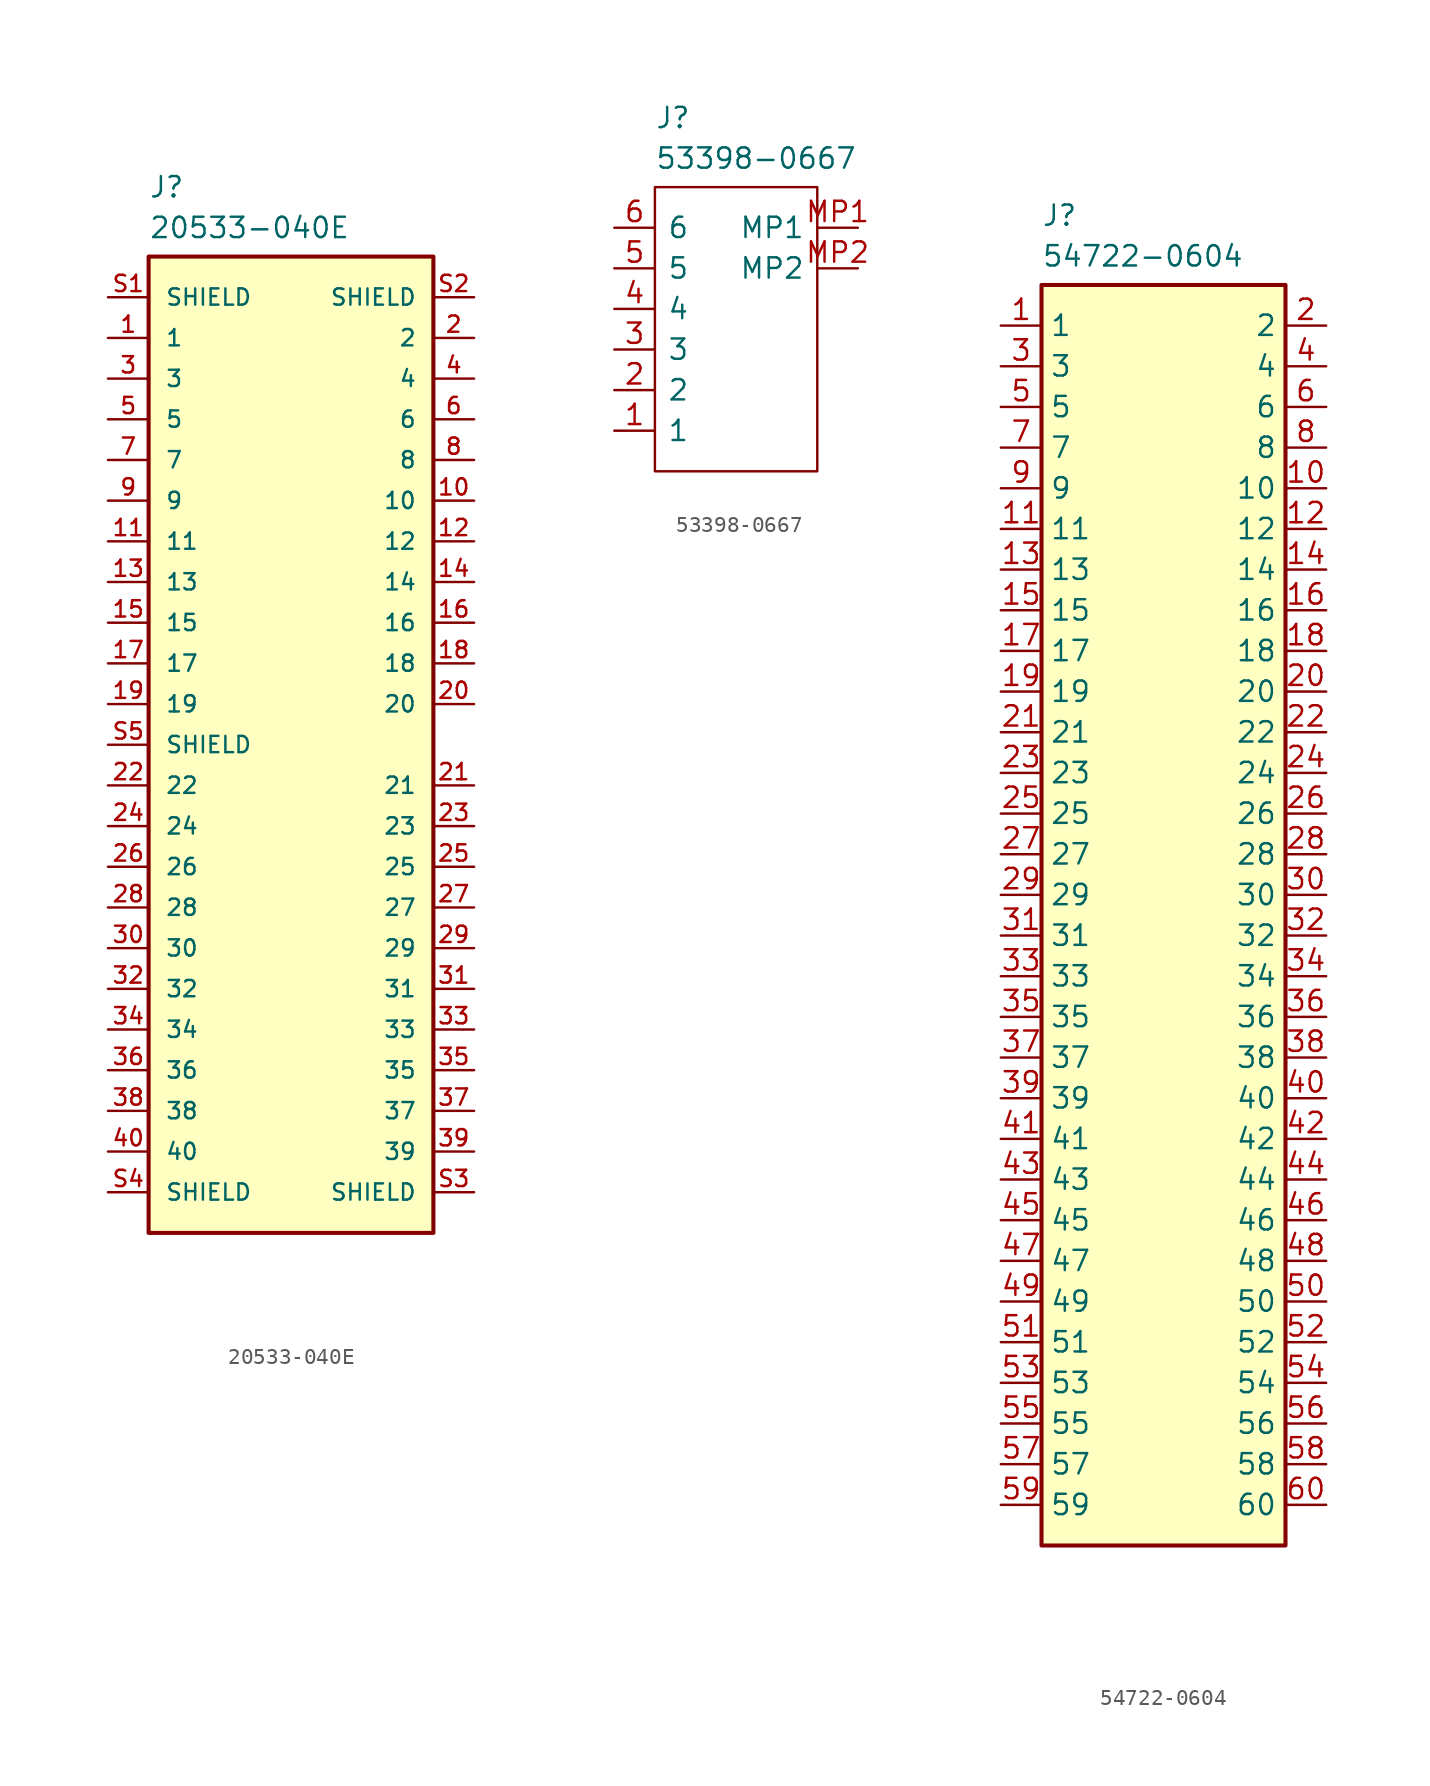
<source format=kicad_sym>
(kicad_symbol_lib
  (version 20241209)
  (generator "kicad_symbol_editor")
  (generator_version "9.0")
  (symbol "20533-040E"
    (pin_names
      (offset 1.016))
    (property "Reference" "J"
      (at 2.54 7.62 0)
      (effects (font (size 1.27 1.27)) (justify left top)))
    (property "Value" "20533-040E"
      (at 2.54 5.08 0)
      (effects (font (size 1.27 1.27)) (justify left top)))
    (symbol "20533-040E_0_0"
      (rectangle (start 2.54 2.54) (end 20.32 -58.42) (stroke (width 0.254) (type default)) (fill (type background)))
      (pin passive line (at 0 0 0) (length 2.54) (name "SHIELD" (effects (font (size 1.016 1.016)))) (number "S1" (effects (font (size 1.016 1.016)))))
      (pin passive line (at 0 -2.54 0) (length 2.54) (name "1" (effects (font (size 1.016 1.016)))) (number "1" (effects (font (size 1.016 1.016)))))
      (pin passive line (at 0 -5.08 0) (length 2.54) (name "3" (effects (font (size 1.016 1.016)))) (number "3" (effects (font (size 1.016 1.016)))))
      (pin passive line (at 0 -7.62 0) (length 2.54) (name "5" (effects (font (size 1.016 1.016)))) (number "5" (effects (font (size 1.016 1.016)))))
      (pin passive line (at 0 -10.16 0) (length 2.54) (name "7" (effects (font (size 1.016 1.016)))) (number "7" (effects (font (size 1.016 1.016)))))
      (pin passive line (at 0 -12.7 0) (length 2.54) (name "9" (effects (font (size 1.016 1.016)))) (number "9" (effects (font (size 1.016 1.016)))))
      (pin passive line (at 0 -15.24 0) (length 2.54) (name "11" (effects (font (size 1.016 1.016)))) (number "11" (effects (font (size 1.016 1.016)))))
      (pin passive line (at 0 -17.78 0) (length 2.54) (name "13" (effects (font (size 1.016 1.016)))) (number "13" (effects (font (size 1.016 1.016)))))
      (pin passive line (at 0 -20.32 0) (length 2.54) (name "15" (effects (font (size 1.016 1.016)))) (number "15" (effects (font (size 1.016 1.016)))))
      (pin passive line (at 0 -22.86 0) (length 2.54) (name "17" (effects (font (size 1.016 1.016)))) (number "17" (effects (font (size 1.016 1.016)))))
      (pin passive line (at 0 -25.4 0) (length 2.54) (name "19" (effects (font (size 1.016 1.016)))) (number "19" (effects (font (size 1.016 1.016)))))
      (pin passive line (at 0 -30.48 0) (length 2.54) (name "22" (effects (font (size 1.016 1.016)))) (number "22" (effects (font (size 1.016 1.016)))))
      (pin passive line (at 0 -33.02 0) (length 2.54) (name "24" (effects (font (size 1.016 1.016)))) (number "24" (effects (font (size 1.016 1.016)))))
      (pin passive line (at 0 -35.56 0) (length 2.54) (name "26" (effects (font (size 1.016 1.016)))) (number "26" (effects (font (size 1.016 1.016)))))
      (pin passive line (at 0 -38.1 0) (length 2.54) (name "28" (effects (font (size 1.016 1.016)))) (number "28" (effects (font (size 1.016 1.016)))))
      (pin passive line (at 0 -40.64 0) (length 2.54) (name "30" (effects (font (size 1.016 1.016)))) (number "30" (effects (font (size 1.016 1.016)))))
      (pin passive line (at 0 -43.18 0) (length 2.54) (name "32" (effects (font (size 1.016 1.016)))) (number "32" (effects (font (size 1.016 1.016)))))
      (pin passive line (at 0 -45.72 0) (length 2.54) (name "34" (effects (font (size 1.016 1.016)))) (number "34" (effects (font (size 1.016 1.016)))))
      (pin passive line (at 0 -48.26 0) (length 2.54) (name "36" (effects (font (size 1.016 1.016)))) (number "36" (effects (font (size 1.016 1.016)))))
      (pin passive line (at 0 -50.8 0) (length 2.54) (name "38" (effects (font (size 1.016 1.016)))) (number "38" (effects (font (size 1.016 1.016)))))
      (pin passive line (at 0 -53.34 0) (length 2.54) (name "40" (effects (font (size 1.016 1.016)))) (number "40" (effects (font (size 1.016 1.016)))))
      (pin passive line (at 0 -55.88 0) (length 2.54) (name "SHIELD" (effects (font (size 1.016 1.016)))) (number "S4" (effects (font (size 1.016 1.016)))))
      (pin passive line (at 22.86 0 180) (length 2.54) (name "SHIELD" (effects (font (size 1.016 1.016)))) (number "S2" (effects (font (size 1.016 1.016)))))
      (pin passive line (at 22.86 -2.54 180) (length 2.54) (name "2" (effects (font (size 1.016 1.016)))) (number "2" (effects (font (size 1.016 1.016)))))
      (pin passive line (at 22.86 -5.08 180) (length 2.54) (name "4" (effects (font (size 1.016 1.016)))) (number "4" (effects (font (size 1.016 1.016)))))
      (pin passive line (at 22.86 -7.62 180) (length 2.54) (name "6" (effects (font (size 1.016 1.016)))) (number "6" (effects (font (size 1.016 1.016)))))
      (pin passive line (at 22.86 -10.16 180) (length 2.54) (name "8" (effects (font (size 1.016 1.016)))) (number "8" (effects (font (size 1.016 1.016)))))
      (pin passive line (at 22.86 -12.7 180) (length 2.54) (name "10" (effects (font (size 1.016 1.016)))) (number "10" (effects (font (size 1.016 1.016)))))
      (pin passive line (at 22.86 -15.24 180) (length 2.54) (name "12" (effects (font (size 1.016 1.016)))) (number "12" (effects (font (size 1.016 1.016)))))
      (pin passive line (at 22.86 -17.78 180) (length 2.54) (name "14" (effects (font (size 1.016 1.016)))) (number "14" (effects (font (size 1.016 1.016)))))
      (pin passive line (at 22.86 -20.32 180) (length 2.54) (name "16" (effects (font (size 1.016 1.016)))) (number "16" (effects (font (size 1.016 1.016)))))
      (pin passive line (at 22.86 -22.86 180) (length 2.54) (name "18" (effects (font (size 1.016 1.016)))) (number "18" (effects (font (size 1.016 1.016)))))
      (pin passive line (at 22.86 -25.4 180) (length 2.54) (name "20" (effects (font (size 1.016 1.016)))) (number "20" (effects (font (size 1.016 1.016)))))
      (pin passive line (at 22.86 -30.48 180) (length 2.54) (name "21" (effects (font (size 1.016 1.016)))) (number "21" (effects (font (size 1.016 1.016)))))
      (pin passive line (at 22.86 -33.02 180) (length 2.54) (name "23" (effects (font (size 1.016 1.016)))) (number "23" (effects (font (size 1.016 1.016)))))
      (pin passive line (at 22.86 -35.56 180) (length 2.54) (name "25" (effects (font (size 1.016 1.016)))) (number "25" (effects (font (size 1.016 1.016)))))
      (pin passive line (at 22.86 -38.1 180) (length 2.54) (name "27" (effects (font (size 1.016 1.016)))) (number "27" (effects (font (size 1.016 1.016)))))
      (pin passive line (at 22.86 -40.64 180) (length 2.54) (name "29" (effects (font (size 1.016 1.016)))) (number "29" (effects (font (size 1.016 1.016)))))
      (pin passive line (at 22.86 -43.18 180) (length 2.54) (name "31" (effects (font (size 1.016 1.016)))) (number "31" (effects (font (size 1.016 1.016)))))
      (pin passive line (at 22.86 -45.72 180) (length 2.54) (name "33" (effects (font (size 1.016 1.016)))) (number "33" (effects (font (size 1.016 1.016)))))
      (pin passive line (at 22.86 -48.26 180) (length 2.54) (name "35" (effects (font (size 1.016 1.016)))) (number "35" (effects (font (size 1.016 1.016)))))
      (pin passive line (at 22.86 -50.8 180) (length 2.54) (name "37" (effects (font (size 1.016 1.016)))) (number "37" (effects (font (size 1.016 1.016)))))
      (pin passive line (at 22.86 -53.34 180) (length 2.54) (name "39" (effects (font (size 1.016 1.016)))) (number "39" (effects (font (size 1.016 1.016)))))
      (pin passive line (at 22.86 -55.88 180) (length 2.54) (name "SHIELD" (effects (font (size 1.016 1.016)))) (number "S3" (effects (font (size 1.016 1.016))))))
    (symbol "20533-040E_1_1"
      (pin passive line (at 0 -27.94 0) (length 2.54) (name "SHIELD" (effects (font (size 1.016 1.016)))) (number "S5" (effects (font (size 1.016 1.016)))))))
  (symbol "53398-0667"
    (pin_names
      (offset 0.762))
    (property "Reference" "J"
      (at 2.54 7.62 0)
      (effects (font (size 1.27 1.27)) (justify left top)))
    (property "Value" "53398-0667"
      (at 2.54 5.08 0)
      (effects (font (size 1.27 1.27)) (justify left top)))
    (symbol "53398-0667_0_0"
      (pin passive line (at 0 0 0) (length 2.54) (name "6" (effects (font (size 1.27 1.27)))) (number "6" (effects (font (size 1.27 1.27)))))
      (pin passive line (at 0 -2.54 0) (length 2.54) (name "5" (effects (font (size 1.27 1.27)))) (number "5" (effects (font (size 1.27 1.27)))))
      (pin passive line (at 0 -5.08 0) (length 2.54) (name "4" (effects (font (size 1.27 1.27)))) (number "4" (effects (font (size 1.27 1.27)))))
      (pin passive line (at 0 -7.62 0) (length 2.54) (name "3" (effects (font (size 1.27 1.27)))) (number "3" (effects (font (size 1.27 1.27)))))
      (pin passive line (at 0 -10.16 0) (length 2.54) (name "2" (effects (font (size 1.27 1.27)))) (number "2" (effects (font (size 1.27 1.27)))))
      (pin passive line (at 0 -12.7 0) (length 2.54) (name "1" (effects (font (size 1.27 1.27)))) (number "1" (effects (font (size 1.27 1.27)))))
      (pin passive line (at 15.24 0 180) (length 2.54) (name "MP1" (effects (font (size 1.27 1.27)))) (number "MP1" (effects (font (size 1.27 1.27)))))
      (pin passive line (at 15.24 -2.54 180) (length 2.54) (name "MP2" (effects (font (size 1.27 1.27)))) (number "MP2" (effects (font (size 1.27 1.27))))))
    (symbol "53398-0667_0_1"
      (rectangle (start 2.54 2.54) (end 12.7 -15.24) (stroke (width 0.152) (type default)) (fill (type none)))))
  (symbol "54722-0604"
    (property "Reference" "J"
      (at 2.54 7.62 0)
      (effects (font (size 1.27 1.27)) (justify left top)))
    (property "Value" "54722-0604"
      (at 2.54 5.08 0)
      (effects (font (size 1.27 1.27)) (justify left top)))
    (symbol "54722-0604_1_1"
      (rectangle (start 2.54 2.54) (end 17.78 -76.2) (stroke (width 0.254) (type default)) (fill (type background)))
      (pin passive line (at 0 0 0) (length 2.54) (name "1" (effects (font (size 1.27 1.27)))) (number "1" (effects (font (size 1.27 1.27)))))
      (pin passive line (at 0 -2.54 0) (length 2.54) (name "3" (effects (font (size 1.27 1.27)))) (number "3" (effects (font (size 1.27 1.27)))))
      (pin passive line (at 0 -5.08 0) (length 2.54) (name "5" (effects (font (size 1.27 1.27)))) (number "5" (effects (font (size 1.27 1.27)))))
      (pin passive line (at 0 -7.62 0) (length 2.54) (name "7" (effects (font (size 1.27 1.27)))) (number "7" (effects (font (size 1.27 1.27)))))
      (pin passive line (at 0 -10.16 0) (length 2.54) (name "9" (effects (font (size 1.27 1.27)))) (number "9" (effects (font (size 1.27 1.27)))))
      (pin passive line (at 0 -12.7 0) (length 2.54) (name "11" (effects (font (size 1.27 1.27)))) (number "11" (effects (font (size 1.27 1.27)))))
      (pin passive line (at 0 -15.24 0) (length 2.54) (name "13" (effects (font (size 1.27 1.27)))) (number "13" (effects (font (size 1.27 1.27)))))
      (pin passive line (at 0 -17.78 0) (length 2.54) (name "15" (effects (font (size 1.27 1.27)))) (number "15" (effects (font (size 1.27 1.27)))))
      (pin passive line (at 0 -20.32 0) (length 2.54) (name "17" (effects (font (size 1.27 1.27)))) (number "17" (effects (font (size 1.27 1.27)))))
      (pin passive line (at 0 -22.86 0) (length 2.54) (name "19" (effects (font (size 1.27 1.27)))) (number "19" (effects (font (size 1.27 1.27)))))
      (pin passive line (at 0 -25.4 0) (length 2.54) (name "21" (effects (font (size 1.27 1.27)))) (number "21" (effects (font (size 1.27 1.27)))))
      (pin passive line (at 0 -27.94 0) (length 2.54) (name "23" (effects (font (size 1.27 1.27)))) (number "23" (effects (font (size 1.27 1.27)))))
      (pin passive line (at 0 -30.48 0) (length 2.54) (name "25" (effects (font (size 1.27 1.27)))) (number "25" (effects (font (size 1.27 1.27)))))
      (pin passive line (at 0 -33.02 0) (length 2.54) (name "27" (effects (font (size 1.27 1.27)))) (number "27" (effects (font (size 1.27 1.27)))))
      (pin passive line (at 0 -35.56 0) (length 2.54) (name "29" (effects (font (size 1.27 1.27)))) (number "29" (effects (font (size 1.27 1.27)))))
      (pin passive line (at 0 -38.1 0) (length 2.54) (name "31" (effects (font (size 1.27 1.27)))) (number "31" (effects (font (size 1.27 1.27)))))
      (pin passive line (at 0 -40.64 0) (length 2.54) (name "33" (effects (font (size 1.27 1.27)))) (number "33" (effects (font (size 1.27 1.27)))))
      (pin passive line (at 0 -43.18 0) (length 2.54) (name "35" (effects (font (size 1.27 1.27)))) (number "35" (effects (font (size 1.27 1.27)))))
      (pin passive line (at 0 -45.72 0) (length 2.54) (name "37" (effects (font (size 1.27 1.27)))) (number "37" (effects (font (size 1.27 1.27)))))
      (pin passive line (at 0 -48.26 0) (length 2.54) (name "39" (effects (font (size 1.27 1.27)))) (number "39" (effects (font (size 1.27 1.27)))))
      (pin passive line (at 0 -50.8 0) (length 2.54) (name "41" (effects (font (size 1.27 1.27)))) (number "41" (effects (font (size 1.27 1.27)))))
      (pin passive line (at 0 -53.34 0) (length 2.54) (name "43" (effects (font (size 1.27 1.27)))) (number "43" (effects (font (size 1.27 1.27)))))
      (pin passive line (at 0 -55.88 0) (length 2.54) (name "45" (effects (font (size 1.27 1.27)))) (number "45" (effects (font (size 1.27 1.27)))))
      (pin passive line (at 0 -58.42 0) (length 2.54) (name "47" (effects (font (size 1.27 1.27)))) (number "47" (effects (font (size 1.27 1.27)))))
      (pin passive line (at 0 -60.96 0) (length 2.54) (name "49" (effects (font (size 1.27 1.27)))) (number "49" (effects (font (size 1.27 1.27)))))
      (pin passive line (at 0 -63.5 0) (length 2.54) (name "51" (effects (font (size 1.27 1.27)))) (number "51" (effects (font (size 1.27 1.27)))))
      (pin passive line (at 0 -66.04 0) (length 2.54) (name "53" (effects (font (size 1.27 1.27)))) (number "53" (effects (font (size 1.27 1.27)))))
      (pin passive line (at 0 -68.58 0) (length 2.54) (name "55" (effects (font (size 1.27 1.27)))) (number "55" (effects (font (size 1.27 1.27)))))
      (pin passive line (at 0 -71.12 0) (length 2.54) (name "57" (effects (font (size 1.27 1.27)))) (number "57" (effects (font (size 1.27 1.27)))))
      (pin passive line (at 0 -73.66 0) (length 2.54) (name "59" (effects (font (size 1.27 1.27)))) (number "59" (effects (font (size 1.27 1.27)))))
      (pin passive line (at 20.32 0 180) (length 2.54) (name "2" (effects (font (size 1.27 1.27)))) (number "2" (effects (font (size 1.27 1.27)))))
      (pin passive line (at 20.32 -2.54 180) (length 2.54) (name "4" (effects (font (size 1.27 1.27)))) (number "4" (effects (font (size 1.27 1.27)))))
      (pin passive line (at 20.32 -5.08 180) (length 2.54) (name "6" (effects (font (size 1.27 1.27)))) (number "6" (effects (font (size 1.27 1.27)))))
      (pin passive line (at 20.32 -7.62 180) (length 2.54) (name "8" (effects (font (size 1.27 1.27)))) (number "8" (effects (font (size 1.27 1.27)))))
      (pin passive line (at 20.32 -10.16 180) (length 2.54) (name "10" (effects (font (size 1.27 1.27)))) (number "10" (effects (font (size 1.27 1.27)))))
      (pin passive line (at 20.32 -12.7 180) (length 2.54) (name "12" (effects (font (size 1.27 1.27)))) (number "12" (effects (font (size 1.27 1.27)))))
      (pin passive line (at 20.32 -15.24 180) (length 2.54) (name "14" (effects (font (size 1.27 1.27)))) (number "14" (effects (font (size 1.27 1.27)))))
      (pin passive line (at 20.32 -17.78 180) (length 2.54) (name "16" (effects (font (size 1.27 1.27)))) (number "16" (effects (font (size 1.27 1.27)))))
      (pin passive line (at 20.32 -20.32 180) (length 2.54) (name "18" (effects (font (size 1.27 1.27)))) (number "18" (effects (font (size 1.27 1.27)))))
      (pin passive line (at 20.32 -22.86 180) (length 2.54) (name "20" (effects (font (size 1.27 1.27)))) (number "20" (effects (font (size 1.27 1.27)))))
      (pin passive line (at 20.32 -25.4 180) (length 2.54) (name "22" (effects (font (size 1.27 1.27)))) (number "22" (effects (font (size 1.27 1.27)))))
      (pin passive line (at 20.32 -27.94 180) (length 2.54) (name "24" (effects (font (size 1.27 1.27)))) (number "24" (effects (font (size 1.27 1.27)))))
      (pin passive line (at 20.32 -30.48 180) (length 2.54) (name "26" (effects (font (size 1.27 1.27)))) (number "26" (effects (font (size 1.27 1.27)))))
      (pin passive line (at 20.32 -33.02 180) (length 2.54) (name "28" (effects (font (size 1.27 1.27)))) (number "28" (effects (font (size 1.27 1.27)))))
      (pin passive line (at 20.32 -35.56 180) (length 2.54) (name "30" (effects (font (size 1.27 1.27)))) (number "30" (effects (font (size 1.27 1.27)))))
      (pin passive line (at 20.32 -38.1 180) (length 2.54) (name "32" (effects (font (size 1.27 1.27)))) (number "32" (effects (font (size 1.27 1.27)))))
      (pin passive line (at 20.32 -40.64 180) (length 2.54) (name "34" (effects (font (size 1.27 1.27)))) (number "34" (effects (font (size 1.27 1.27)))))
      (pin passive line (at 20.32 -43.18 180) (length 2.54) (name "36" (effects (font (size 1.27 1.27)))) (number "36" (effects (font (size 1.27 1.27)))))
      (pin passive line (at 20.32 -45.72 180) (length 2.54) (name "38" (effects (font (size 1.27 1.27)))) (number "38" (effects (font (size 1.27 1.27)))))
      (pin passive line (at 20.32 -48.26 180) (length 2.54) (name "40" (effects (font (size 1.27 1.27)))) (number "40" (effects (font (size 1.27 1.27)))))
      (pin passive line (at 20.32 -50.8 180) (length 2.54) (name "42" (effects (font (size 1.27 1.27)))) (number "42" (effects (font (size 1.27 1.27)))))
      (pin passive line (at 20.32 -53.34 180) (length 2.54) (name "44" (effects (font (size 1.27 1.27)))) (number "44" (effects (font (size 1.27 1.27)))))
      (pin passive line (at 20.32 -55.88 180) (length 2.54) (name "46" (effects (font (size 1.27 1.27)))) (number "46" (effects (font (size 1.27 1.27)))))
      (pin passive line (at 20.32 -58.42 180) (length 2.54) (name "48" (effects (font (size 1.27 1.27)))) (number "48" (effects (font (size 1.27 1.27)))))
      (pin passive line (at 20.32 -60.96 180) (length 2.54) (name "50" (effects (font (size 1.27 1.27)))) (number "50" (effects (font (size 1.27 1.27)))))
      (pin passive line (at 20.32 -63.5 180) (length 2.54) (name "52" (effects (font (size 1.27 1.27)))) (number "52" (effects (font (size 1.27 1.27)))))
      (pin passive line (at 20.32 -66.04 180) (length 2.54) (name "54" (effects (font (size 1.27 1.27)))) (number "54" (effects (font (size 1.27 1.27)))))
      (pin passive line (at 20.32 -68.58 180) (length 2.54) (name "56" (effects (font (size 1.27 1.27)))) (number "56" (effects (font (size 1.27 1.27)))))
      (pin passive line (at 20.32 -71.12 180) (length 2.54) (name "58" (effects (font (size 1.27 1.27)))) (number "58" (effects (font (size 1.27 1.27)))))
      (pin passive line (at 20.32 -73.66 180) (length 2.54) (name "60" (effects (font (size 1.27 1.27)))) (number "60" (effects (font (size 1.27 1.27))))))))
</source>
